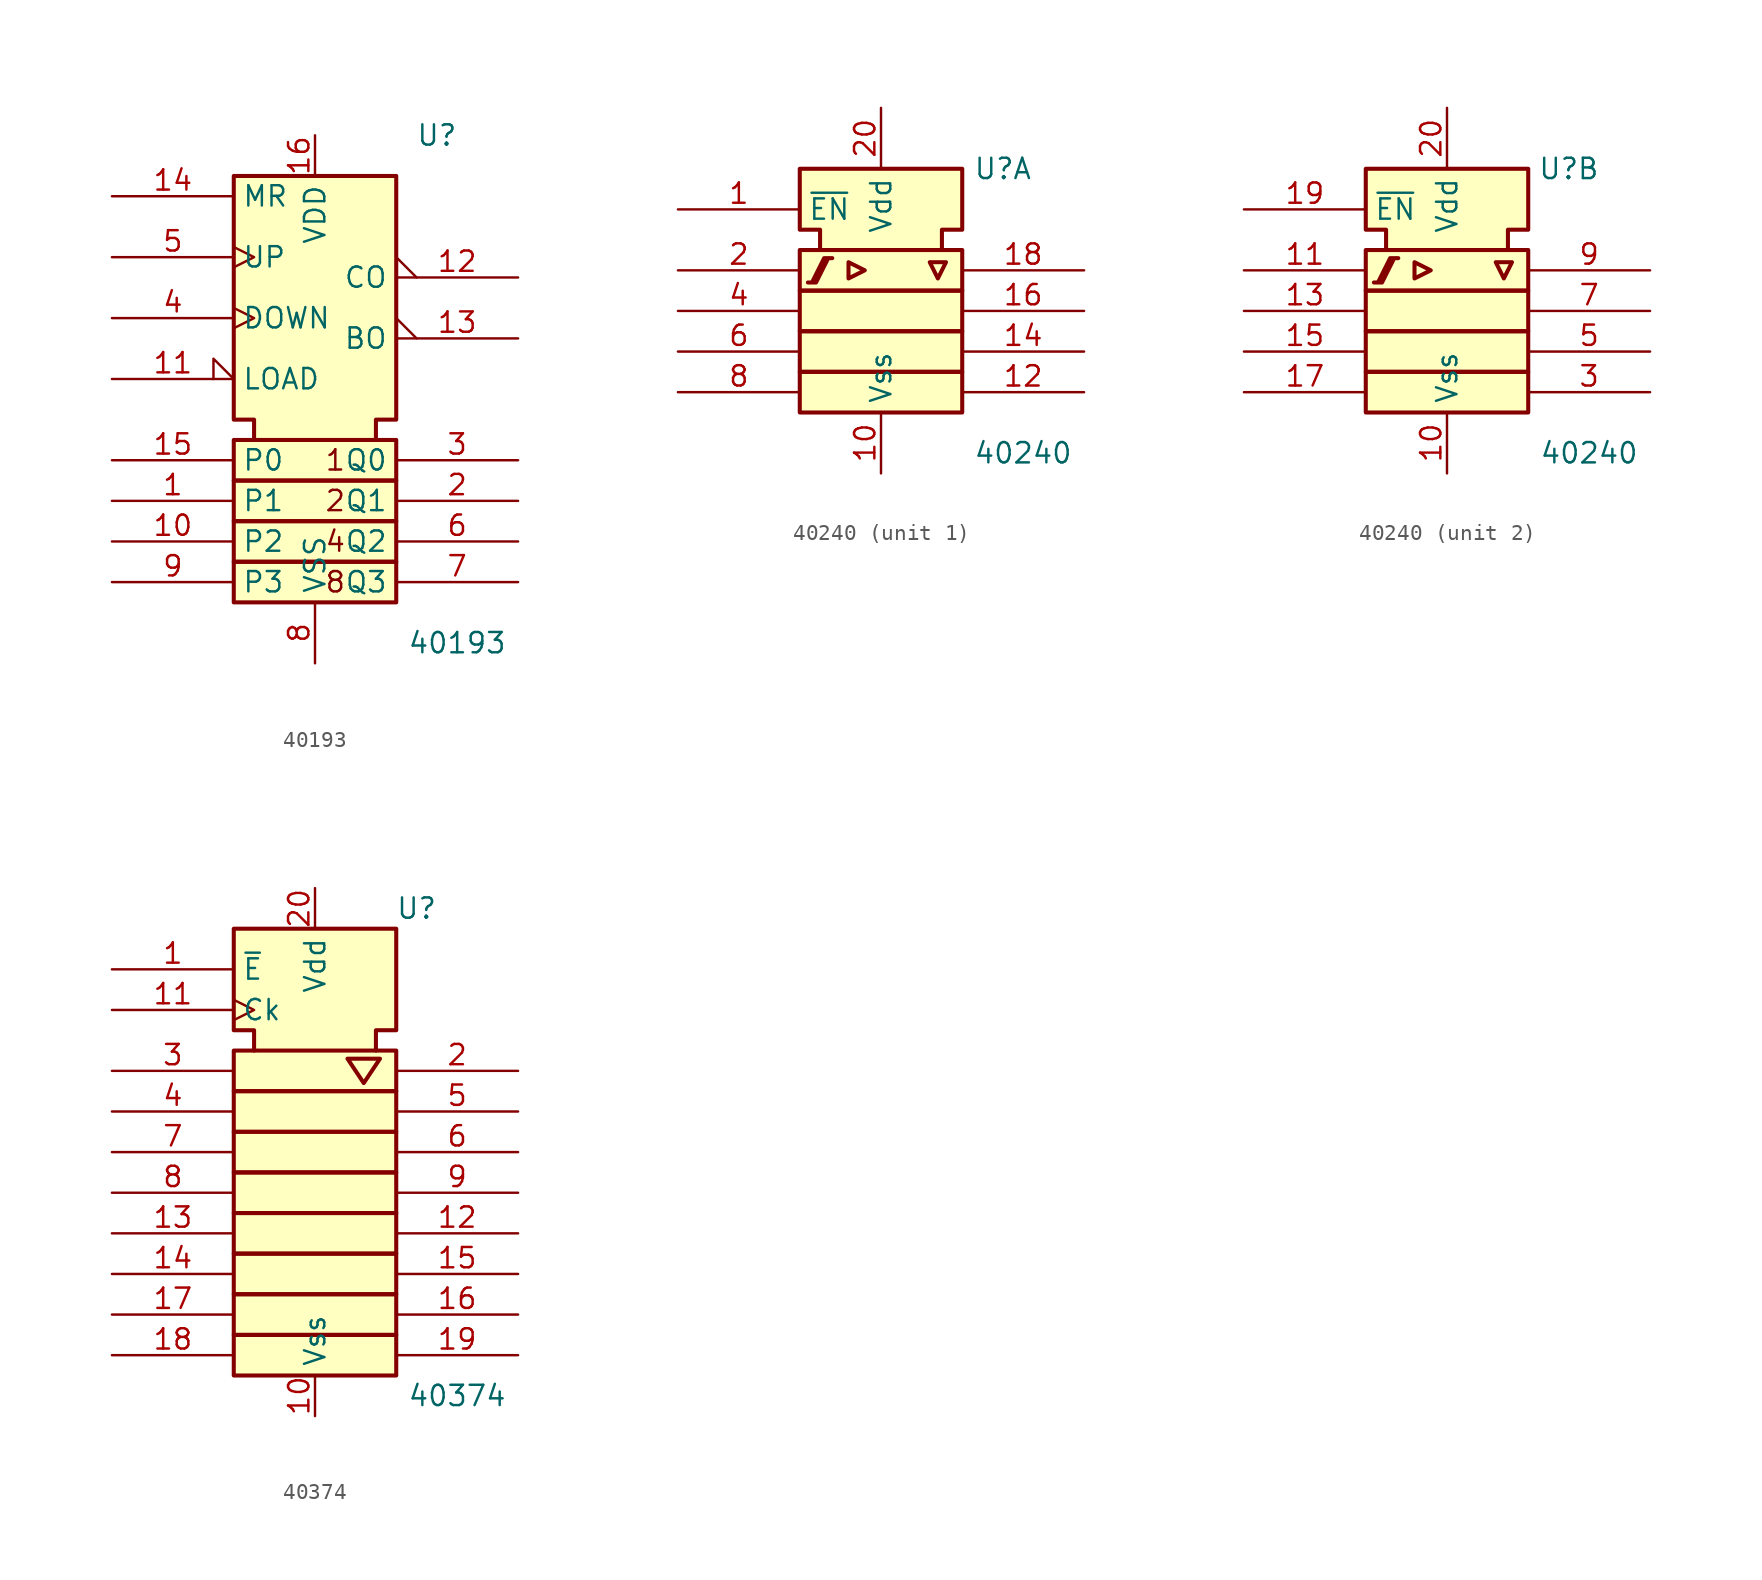
<source format=kicad_sym>
(kicad_symbol_lib
  (version 20220914)
  (generator kicad_symbol_editor)
  (symbol "40193"
    (property "Reference" "U"
      (at 7.62 12.7 0)
      (effects (font (size 1.27 1.27))))
    (property "Value" "40193"
      (at 8.89 -19.05 0)
      (effects (font (size 1.27 1.27))))
    (symbol "40193_0_0"
      (text "1" (at 1.27 -7.62 0) (effects (font (size 1.27 1.27))))
      (text "2" (at 1.27 -10.16 0) (effects (font (size 1.27 1.27))))
      (text "4" (at 1.27 -12.7 0) (effects (font (size 1.27 1.27))))
      (text "8" (at 1.27 -15.24 0) (effects (font (size 1.27 1.27)))))
    (symbol "40193_0_1"
      (rectangle (start -5.08 -13.97) (end 5.08 -16.51) (stroke (width 0.254) (type default)) (fill (type background)))
      (rectangle (start -5.08 -11.43) (end 5.08 -13.97) (stroke (width 0.254) (type default)) (fill (type background)))
      (rectangle (start -5.08 -8.89) (end 5.08 -11.43) (stroke (width 0.254) (type default)) (fill (type background)))
      (rectangle (start -5.08 -6.35) (end 5.08 -8.89) (stroke (width 0.254) (type default)) (fill (type background)))
      (polyline (pts (xy -3.81 -6.35) (xy -3.81 -5.08) (xy -5.08 -5.08) (xy -5.08 10.16) (xy 5.08 10.16) (xy 5.08 -5.08) (xy 3.81 -5.08) (xy 3.81 -6.35) (xy 3.81 -6.35)) (stroke (width 0.254) (type default)) (fill (type background))))
    (symbol "40193_1_1"
      (pin input line (at -12.7 -10.16 0) (length 7.62) (name "P1" (effects (font (size 1.27 1.27)))) (number "1" (effects (font (size 1.27 1.27)))))
      (pin input line (at -12.7 -12.7 0) (length 7.62) (name "P2" (effects (font (size 1.27 1.27)))) (number "10" (effects (font (size 1.27 1.27)))))
      (pin input input_low (at -12.7 -2.54 0) (length 7.62) (name "LOAD" (effects (font (size 1.27 1.27)))) (number "11" (effects (font (size 1.27 1.27)))))
      (pin output output_low (at 12.7 3.81 180) (length 7.62) (name "CO" (effects (font (size 1.27 1.27)))) (number "12" (effects (font (size 1.27 1.27)))))
      (pin output output_low (at 12.7 0 180) (length 7.62) (name "BO" (effects (font (size 1.27 1.27)))) (number "13" (effects (font (size 1.27 1.27)))))
      (pin input line (at -12.7 8.89 0) (length 7.62) (name "MR" (effects (font (size 1.27 1.27)))) (number "14" (effects (font (size 1.27 1.27)))))
      (pin input line (at -12.7 -7.62 0) (length 7.62) (name "P0" (effects (font (size 1.27 1.27)))) (number "15" (effects (font (size 1.27 1.27)))))
      (pin power_in line (at 0 12.7 270) (length 2.54) (name "VDD" (effects (font (size 1.27 1.27)))) (number "16" (effects (font (size 1.27 1.27)))))
      (pin output line (at 12.7 -10.16 180) (length 7.62) (name "Q1" (effects (font (size 1.27 1.27)))) (number "2" (effects (font (size 1.27 1.27)))))
      (pin output line (at 12.7 -7.62 180) (length 7.62) (name "Q0" (effects (font (size 1.27 1.27)))) (number "3" (effects (font (size 1.27 1.27)))))
      (pin input clock (at -12.7 1.27 0) (length 7.62) (name "DOWN" (effects (font (size 1.27 1.27)))) (number "4" (effects (font (size 1.27 1.27)))))
      (pin input clock (at -12.7 5.08 0) (length 7.62) (name "UP" (effects (font (size 1.27 1.27)))) (number "5" (effects (font (size 1.27 1.27)))))
      (pin output line (at 12.7 -12.7 180) (length 7.62) (name "Q2" (effects (font (size 1.27 1.27)))) (number "6" (effects (font (size 1.27 1.27)))))
      (pin output line (at 12.7 -15.24 180) (length 7.62) (name "Q3" (effects (font (size 1.27 1.27)))) (number "7" (effects (font (size 1.27 1.27)))))
      (pin power_in line (at 0 -20.32 90) (length 3.81) (name "VSS" (effects (font (size 1.27 1.27)))) (number "8" (effects (font (size 1.27 1.27)))))
      (pin input line (at -12.7 -15.24 0) (length 7.62) (name "P3" (effects (font (size 1.27 1.27)))) (number "9" (effects (font (size 1.27 1.27)))))))
  (symbol "40240"
    (property "Reference" "U"
      (at 7.62 8.89 0)
      (effects (font (size 1.27 1.27))))
    (property "Value" "40240"
      (at 8.89 -8.89 0)
      (effects (font (size 1.27 1.27))))
    (symbol "40240_0_0"
      (polyline (pts (xy -2.032 3.048) (xy -2.032 2.032) (xy -1.016 2.54) (xy -2.032 3.048) (xy -2.032 3.048)) (stroke (width 0.254) (type default)) (fill (type background)))
      (polyline (pts (xy 3.048 3.048) (xy 4.064 3.048) (xy 3.556 2.032) (xy 3.048 3.048) (xy 3.048 3.048)) (stroke (width 0.254) (type default)) (fill (type background)))
      (polyline (pts (xy -4.572 1.778) (xy -4.064 1.778) (xy -3.302 3.302) (xy -3.048 3.302) (xy -3.556 3.302) (xy -4.318 1.778) (xy -4.318 1.778)) (stroke (width 0.254) (type default)) (fill (type background))))
    (symbol "40240_0_1"
      (rectangle (start -5.08 -3.81) (end 5.08 -6.35) (stroke (width 0.254) (type default)) (fill (type background)))
      (rectangle (start -5.08 -1.27) (end 5.08 -3.81) (stroke (width 0.254) (type default)) (fill (type background)))
      (rectangle (start -5.08 1.27) (end 5.08 -1.27) (stroke (width 0.254) (type default)) (fill (type background)))
      (rectangle (start -5.08 3.81) (end 5.08 1.27) (stroke (width 0.254) (type default)) (fill (type background)))
      (polyline (pts (xy -3.81 3.81) (xy -3.81 5.08) (xy -5.08 5.08) (xy -5.08 8.89) (xy 5.08 8.89) (xy 5.08 5.08) (xy 3.81 5.08) (xy 3.81 3.81) (xy 3.81 3.81)) (stroke (width 0.254) (type default)) (fill (type background)))
      (pin power_in line (at 0 -10.16 90) (length 3.81) (name "Vss" (effects (font (size 1.27 1.27)))) (number "10" (effects (font (size 1.27 1.27)))))
      (pin power_in line (at 0 12.7 270) (length 3.81) (name "Vdd" (effects (font (size 1.27 1.27)))) (number "20" (effects (font (size 1.27 1.27))))))
    (symbol "40240_1_0"
      (pin output line (at 12.7 -5.08 180) (length 7.62) (name "~" (effects (font (size 1.27 1.27)))) (number "12" (effects (font (size 1.27 1.27)))))
      (pin output line (at 12.7 -2.54 180) (length 7.62) (name "~" (effects (font (size 1.27 1.27)))) (number "14" (effects (font (size 1.27 1.27)))))
      (pin output line (at 12.7 0 180) (length 7.62) (name "~" (effects (font (size 1.27 1.27)))) (number "16" (effects (font (size 1.27 1.27)))))
      (pin output line (at 12.7 2.54 180) (length 7.62) (name "~" (effects (font (size 1.27 1.27)))) (number "18" (effects (font (size 1.27 1.27)))))
      (pin input line (at -12.7 0 0) (length 7.62) (name "~" (effects (font (size 1.27 1.27)))) (number "4" (effects (font (size 1.27 1.27))))))
    (symbol "40240_1_1"
      (pin input line (at -12.7 6.35 0) (length 7.62) (name "~{EN}" (effects (font (size 1.27 1.27)))) (number "1" (effects (font (size 1.27 1.27)))))
      (pin input line (at -12.7 2.54 0) (length 7.62) (name "~" (effects (font (size 1.27 1.27)))) (number "2" (effects (font (size 1.27 1.27)))))
      (pin input line (at -12.7 -2.54 0) (length 7.62) (name "~" (effects (font (size 1.27 1.27)))) (number "6" (effects (font (size 1.27 1.27)))))
      (pin input line (at -12.7 -5.08 0) (length 7.62) (name "~" (effects (font (size 1.27 1.27)))) (number "8" (effects (font (size 1.27 1.27))))))
    (symbol "40240_2_0"
      (pin input line (at -12.7 2.54 0) (length 7.62) (name "~" (effects (font (size 1.27 1.27)))) (number "11" (effects (font (size 1.27 1.27)))))
      (pin input line (at -12.7 -2.54 0) (length 7.62) (name "~" (effects (font (size 1.27 1.27)))) (number "15" (effects (font (size 1.27 1.27)))))
      (pin input line (at -12.7 -5.08 0) (length 7.62) (name "~" (effects (font (size 1.27 1.27)))) (number "17" (effects (font (size 1.27 1.27)))))
      (pin input line (at -12.7 6.35 0) (length 7.62) (name "~{EN}" (effects (font (size 1.27 1.27)))) (number "19" (effects (font (size 1.27 1.27))))))
    (symbol "40240_2_1"
      (pin input line (at -12.7 0 0) (length 7.62) (name "~" (effects (font (size 1.27 1.27)))) (number "13" (effects (font (size 1.27 1.27)))))
      (pin output line (at 12.7 -5.08 180) (length 7.62) (name "~" (effects (font (size 1.27 1.27)))) (number "3" (effects (font (size 1.27 1.27)))))
      (pin output line (at 12.7 -2.54 180) (length 7.62) (name "~" (effects (font (size 1.27 1.27)))) (number "5" (effects (font (size 1.27 1.27)))))
      (pin output line (at 12.7 0 180) (length 7.62) (name "~" (effects (font (size 1.27 1.27)))) (number "7" (effects (font (size 1.27 1.27)))))
      (pin output line (at 12.7 2.54 180) (length 7.62) (name "~" (effects (font (size 1.27 1.27)))) (number "9" (effects (font (size 1.27 1.27)))))))
  (symbol "40374"
    (property "Reference" "U"
      (at 6.35 13.97 0)
      (effects (font (size 1.27 1.27))))
    (property "Value" "40374"
      (at 8.89 -16.51 0)
      (effects (font (size 1.27 1.27))))
    (symbol "40374_0_0"
      (pin input line (at -12.7 10.16 0) (length 7.62) (name "~{E}" (effects (font (size 1.27 1.27)))) (number "1" (effects (font (size 1.27 1.27)))))
      (pin power_in line (at 0 -17.78 90) (length 2.54) (name "Vss" (effects (font (size 1.27 1.27)))) (number "10" (effects (font (size 1.27 1.27)))))
      (pin input clock (at -12.7 7.62 0) (length 7.62) (name "Ck" (effects (font (size 1.27 1.27)))) (number "11" (effects (font (size 1.27 1.27)))))
      (pin power_in line (at 0 15.24 270) (length 2.54) (name "Vdd" (effects (font (size 1.27 1.27)))) (number "20" (effects (font (size 1.27 1.27))))))
    (symbol "40374_0_1"
      (rectangle (start -5.08 -12.7) (end 5.08 -15.24) (stroke (width 0.254) (type default)) (fill (type background)))
      (rectangle (start -5.08 -10.16) (end 5.08 -12.7) (stroke (width 0.254) (type default)) (fill (type background)))
      (rectangle (start -5.08 -7.62) (end 5.08 -10.16) (stroke (width 0.254) (type default)) (fill (type background)))
      (rectangle (start -5.08 -5.08) (end 5.08 -7.62) (stroke (width 0.254) (type default)) (fill (type background)))
      (rectangle (start -5.08 -2.54) (end 5.08 -5.08) (stroke (width 0.254) (type default)) (fill (type background)))
      (rectangle (start -5.08 0) (end 5.08 -2.54) (stroke (width 0.254) (type default)) (fill (type background)))
      (rectangle (start -5.08 2.54) (end 5.08 0) (stroke (width 0.254) (type default)) (fill (type background)))
      (rectangle (start -5.08 5.08) (end 5.08 2.54) (stroke (width 0.254) (type default)) (fill (type background)))
      (polyline (pts (xy 2.032 4.572) (xy 4.064 4.572) (xy 3.048 3.048) (xy 2.032 4.572) (xy 2.032 4.572)) (stroke (width 0.254) (type default)) (fill (type background)))
      (polyline (pts (xy -3.81 5.08) (xy -3.81 6.35) (xy -5.08 6.35) (xy -5.08 12.7) (xy 5.08 12.7) (xy 5.08 6.35) (xy 3.81 6.35) (xy 3.81 5.08) (xy 3.81 5.08)) (stroke (width 0.254) (type default)) (fill (type background))))
    (symbol "40374_1_0"
      (pin tri_state line (at 12.7 -6.35 180) (length 7.62) (name "~" (effects (font (size 1.27 1.27)))) (number "12" (effects (font (size 1.27 1.27)))))
      (pin input line (at -12.7 -6.35 0) (length 7.62) (name "~" (effects (font (size 1.27 1.27)))) (number "13" (effects (font (size 1.27 1.27)))))
      (pin input line (at -12.7 -8.89 0) (length 7.62) (name "~" (effects (font (size 1.27 1.27)))) (number "14" (effects (font (size 1.27 1.27)))))
      (pin tri_state line (at 12.7 -8.89 180) (length 7.62) (name "~" (effects (font (size 1.27 1.27)))) (number "15" (effects (font (size 1.27 1.27)))))
      (pin tri_state line (at 12.7 -11.43 180) (length 7.62) (name "~" (effects (font (size 1.27 1.27)))) (number "16" (effects (font (size 1.27 1.27)))))
      (pin input line (at -12.7 -11.43 0) (length 7.62) (name "~" (effects (font (size 1.27 1.27)))) (number "17" (effects (font (size 1.27 1.27)))))
      (pin input line (at -12.7 -13.97 0) (length 7.62) (name "~" (effects (font (size 1.27 1.27)))) (number "18" (effects (font (size 1.27 1.27)))))
      (pin tri_state line (at 12.7 -13.97 180) (length 7.62) (name "~" (effects (font (size 1.27 1.27)))) (number "19" (effects (font (size 1.27 1.27)))))
      (pin tri_state line (at 12.7 3.81 180) (length 7.62) (name "~" (effects (font (size 1.27 1.27)))) (number "2" (effects (font (size 1.27 1.27)))))
      (pin input line (at -12.7 3.81 0) (length 7.62) (name "~" (effects (font (size 1.27 1.27)))) (number "3" (effects (font (size 1.27 1.27)))))
      (pin input line (at -12.7 1.27 0) (length 7.62) (name "~" (effects (font (size 1.27 1.27)))) (number "4" (effects (font (size 1.27 1.27)))))
      (pin tri_state line (at 12.7 1.27 180) (length 7.62) (name "~" (effects (font (size 1.27 1.27)))) (number "5" (effects (font (size 1.27 1.27)))))
      (pin tri_state line (at 12.7 -1.27 180) (length 7.62) (name "~" (effects (font (size 1.27 1.27)))) (number "6" (effects (font (size 1.27 1.27)))))
      (pin input line (at -12.7 -1.27 0) (length 7.62) (name "~" (effects (font (size 1.27 1.27)))) (number "7" (effects (font (size 1.27 1.27)))))
      (pin input line (at -12.7 -3.81 0) (length 7.62) (name "~" (effects (font (size 1.27 1.27)))) (number "8" (effects (font (size 1.27 1.27)))))
      (pin tri_state line (at 12.7 -3.81 180) (length 7.62) (name "~" (effects (font (size 1.27 1.27)))) (number "9" (effects (font (size 1.27 1.27))))))))
</source>
